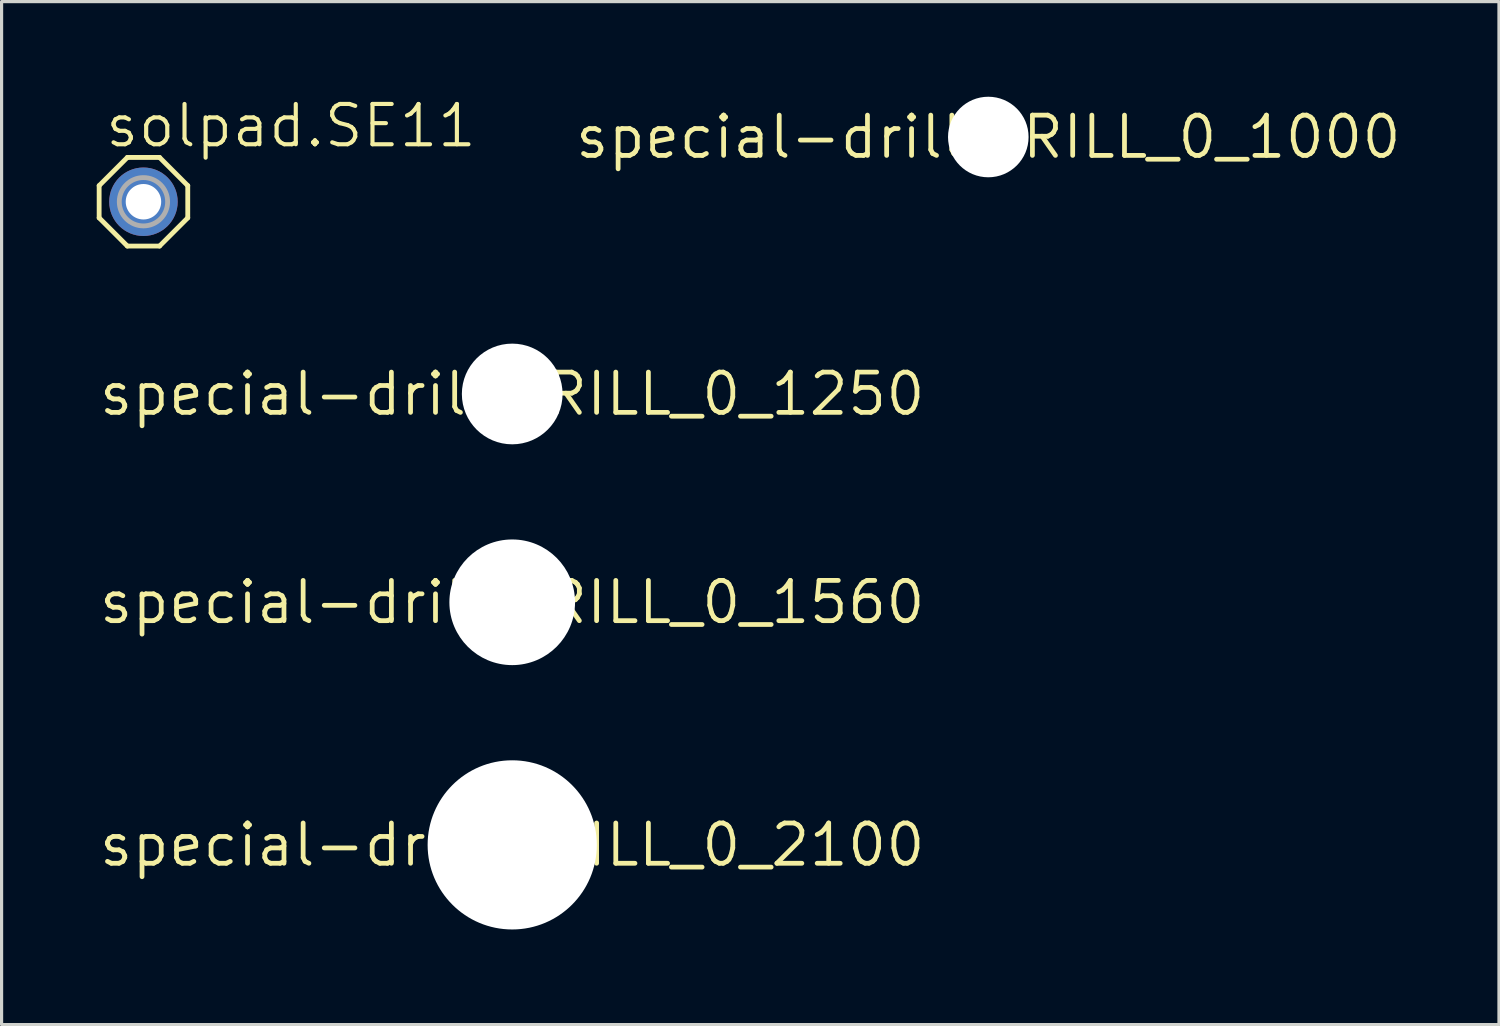
<source format=kicad_pcb>
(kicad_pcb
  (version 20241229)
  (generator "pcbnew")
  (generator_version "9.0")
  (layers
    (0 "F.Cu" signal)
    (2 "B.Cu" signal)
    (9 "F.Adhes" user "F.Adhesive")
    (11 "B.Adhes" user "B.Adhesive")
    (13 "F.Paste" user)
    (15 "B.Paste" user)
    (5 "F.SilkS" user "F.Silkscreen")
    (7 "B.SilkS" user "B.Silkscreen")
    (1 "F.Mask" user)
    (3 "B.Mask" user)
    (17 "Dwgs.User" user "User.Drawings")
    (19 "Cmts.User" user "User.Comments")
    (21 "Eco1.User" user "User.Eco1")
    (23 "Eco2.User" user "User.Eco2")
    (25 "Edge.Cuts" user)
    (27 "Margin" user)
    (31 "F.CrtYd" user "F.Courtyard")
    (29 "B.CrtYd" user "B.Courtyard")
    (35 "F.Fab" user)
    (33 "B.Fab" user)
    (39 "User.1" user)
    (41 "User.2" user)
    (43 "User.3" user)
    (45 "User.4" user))
  (footprint "special-drill.DRILL_0_1000"
    (layer "F.Cu")
    (at 28.111 1.27)
    (property "Reference" "special-drill.DRILL_0_1000" (at 0 0 0) (layer "F.SilkS") (effects (font (size 1.27 1.27) (thickness 0.15))))
    (pad "" np_thru_hole circle (at 0 0) (size 2.54 2.54) (drill 2.54) (layers "*.Cu" "*.Mask")))
  (footprint "special-drill.DRILL_0_1250"
    (layer "F.Cu")
    (at 13.1 9.372)
    (property "Reference" "special-drill.DRILL_0_1250" (at 0 0 0) (layer "F.SilkS") (effects (font (size 1.27 1.27) (thickness 0.15))))
    (pad "" np_thru_hole circle (at 0 0) (size 3.175 3.175) (drill 3.175) (layers "*.Cu" "*.Mask")))
  (footprint "solpad.SE11"
    (layer "F.Cu")
    (at 1.473 3.311)
    (property "Reference" "solpad.SE11" (at -1.27 -1.651 0) (layer "F.SilkS") (effects (font (size 1.27 1.27) (thickness 0.13)) (justify left bottom)))
    (attr through_hole)
    (fp_line (start -1.397 -0.508) (end -1.397 0.508) (stroke (width 0.152) (type default)) (layer "F.SilkS"))
    (fp_line (start -1.397 -0.508) (end -0.508 -1.397) (stroke (width 0.152) (type default)) (layer "F.SilkS"))
    (fp_line (start -0.508 -1.397) (end 0.508 -1.397) (stroke (width 0.152) (type default)) (layer "F.SilkS"))
    (fp_line (start -0.508 1.397) (end -1.397 0.508) (stroke (width 0.152) (type default)) (layer "F.SilkS"))
    (fp_line (start 0.508 -1.397) (end 1.397 -0.508) (stroke (width 0.152) (type default)) (layer "F.SilkS"))
    (fp_line (start 0.508 1.397) (end -0.508 1.397) (stroke (width 0.152) (type default)) (layer "F.SilkS"))
    (fp_line (start 0.508 1.397) (end 1.397 0.508) (stroke (width 0.152) (type default)) (layer "F.SilkS"))
    (fp_line (start 1.397 -0.508) (end 1.397 0.508) (stroke (width 0.152) (type default)) (layer "F.SilkS"))
    (fp_circle (center 0 0) (end 0.381 0) (stroke (width 0.254) (type default)) (fill no) (layer "F.Fab"))
    (fp_circle (center 0 0) (end 0.762 0) (stroke (width 0.152) (type default)) (fill no) (layer "F.Fab"))
    (pad "MP" thru_hole circle (at 0 0) (size 2.159 2.159) (drill 1.118) (layers "*.Cu" "*.Mask")))
  (footprint "special-drill.DRILL_0_1560"
    (layer "F.Cu")
    (at 13.1 15.94)
    (property "Reference" "special-drill.DRILL_0_1560" (at 0 0 0) (layer "F.SilkS") (effects (font (size 1.27 1.27) (thickness 0.15))))
    (pad "" np_thru_hole circle (at 0 0) (size 3.962 3.962) (drill 3.962) (layers "*.Cu" "*.Mask")))
  (footprint "special-drill.DRILL_0_2100"
    (layer "F.Cu")
    (at 13.1 23.589)
    (property "Reference" "special-drill.DRILL_0_2100" (at 0 0 0) (layer "F.SilkS") (effects (font (size 1.27 1.27) (thickness 0.15))))
    (pad "" np_thru_hole circle (at 0 0) (size 5.334 5.334) (drill 5.334) (layers "*.Cu" "*.Mask")))
  (gr_rect
    (start -3 -3)
    (end 44.212 29.256)
    (stroke (width 0.1) (type default))
    (fill no)
    (layer "Edge.Cuts")))
</source>
